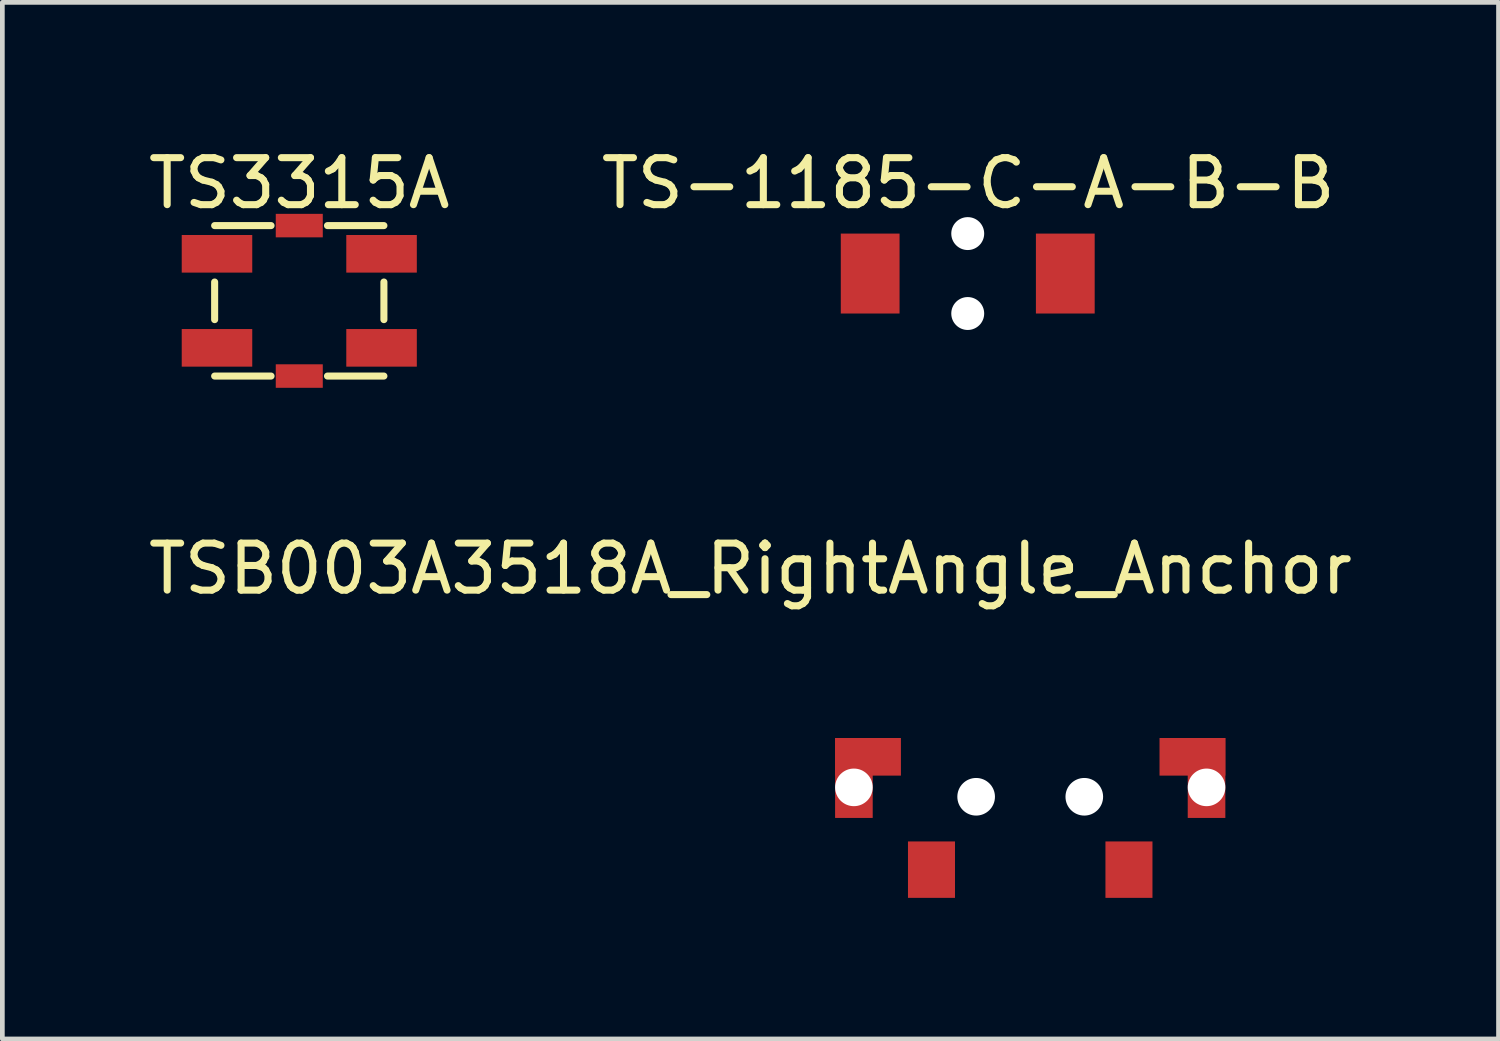
<source format=kicad_pcb>
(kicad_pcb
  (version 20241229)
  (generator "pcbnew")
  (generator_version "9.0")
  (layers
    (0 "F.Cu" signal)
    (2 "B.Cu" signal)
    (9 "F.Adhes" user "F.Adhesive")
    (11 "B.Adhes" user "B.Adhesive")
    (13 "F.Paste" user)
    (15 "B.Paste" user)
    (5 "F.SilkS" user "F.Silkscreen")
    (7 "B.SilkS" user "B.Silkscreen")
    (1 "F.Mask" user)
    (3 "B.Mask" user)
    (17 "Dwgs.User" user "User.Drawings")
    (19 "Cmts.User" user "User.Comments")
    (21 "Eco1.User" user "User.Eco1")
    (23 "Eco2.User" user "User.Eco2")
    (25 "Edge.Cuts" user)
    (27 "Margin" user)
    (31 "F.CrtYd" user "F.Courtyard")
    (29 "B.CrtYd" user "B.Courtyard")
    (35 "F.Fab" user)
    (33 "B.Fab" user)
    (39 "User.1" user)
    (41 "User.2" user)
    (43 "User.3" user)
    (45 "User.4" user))
  (footprint "TSB003A3518A_RightAngle_Anchor"
    (layer "F.Cu")
    (at 14.711 12.646)
    (property "Reference" "TSB003A3518A_RightAngle_Anchor" (at -1.8 -3.6 0) (unlocked yes) (layer "F.SilkS") (effects (font (size 1 1) (thickness 0.15))))
    (attr smd)
    (pad "" smd rect (at 0.4 0.85) (size 0.8 1.7) (layers "F.Cu" "F.Mask" "F.Paste"))
    (pad "" np_thru_hole circle (at 0.4 1.05) (size 0.8 0.8) (drill 0.8) (layers "*.Cu" "*.Mask"))
    (pad "" smd rect (at 0.7 0.4) (size 1.4 0.8) (layers "F.Cu" "F.Mask" "F.Paste"))
    (pad "" np_thru_hole circle (at 3 1.25) (size 0.8 0.8) (drill 0.8) (layers "*.Cu" "*.Mask"))
    (pad "" np_thru_hole circle (at 5.3 1.25) (size 0.8 0.8) (drill 0.8) (layers "*.Cu" "*.Mask"))
    (pad "" smd rect (at 7.6 0.4) (size 1.4 0.8) (layers "F.Cu" "F.Mask" "F.Paste"))
    (pad "" smd rect (at 7.9 0.85) (size 0.8 1.7) (layers "F.Cu" "F.Mask" "F.Paste"))
    (pad "" np_thru_hole circle (at 7.9 1.05) (size 0.8 0.8) (drill 0.8) (layers "*.Cu" "*.Mask"))
    (pad "1" smd rect (at 2.05 2.8) (size 1 1.2) (layers "F.Cu" "F.Mask" "F.Paste"))
    (pad "2" smd rect (at 6.25 2.8) (size 1 1.2) (layers "F.Cu" "F.Mask" "F.Paste")))
  (footprint "TS-1185-C-A-B-B"
    (layer "F.Cu")
    (at 17.532 2.768)
    (property "Reference" "TS-1185-C-A-B-B" (at 0.01 -1.92 0) (unlocked yes) (layer "F.SilkS") (effects (font (size 1 1) (thickness 0.15))))
    (attr smd)
    (pad "" np_thru_hole circle (at 0 -0.85) (size 0.7 0.7) (drill 0.7) (layers "*.Cu" "*.Mask"))
    (pad "" np_thru_hole circle (at 0 0.85) (size 0.7 0.7) (drill 0.7) (layers "*.Cu" "*.Mask"))
    (pad "1" smd rect (at -2.075 0) (size 1.25 1.7) (layers "F.Cu" "F.Mask" "F.Paste"))
    (pad "2" smd rect (at 2.075 0) (size 1.25 1.7) (layers "F.Cu" "F.Mask" "F.Paste")))
  (footprint "TS3315A"
    (layer "F.Cu")
    (at 3.315 3.348)
    (property "Reference" "TS3315A" (at 0 -2.5 0) (unlocked yes) (layer "F.SilkS") (effects (font (size 1 1) (thickness 0.15))))
    (attr smd)
    (fp_line (start -1.8 -1.6) (end -0.6 -1.6) (stroke (width 0.15) (type default)) (layer "F.SilkS"))
    (fp_line (start -1.8 0.4) (end -1.8 -0.4) (stroke (width 0.15) (type default)) (layer "F.SilkS"))
    (fp_line (start -0.6 1.6) (end -1.8 1.6) (stroke (width 0.15) (type default)) (layer "F.SilkS"))
    (fp_line (start 0.6 -1.6) (end 1.8 -1.6) (stroke (width 0.15) (type default)) (layer "F.SilkS"))
    (fp_line (start 1.8 -0.4) (end 1.8 0.4) (stroke (width 0.15) (type default)) (layer "F.SilkS"))
    (fp_line (start 1.8 1.6) (end 0.6 1.6) (stroke (width 0.15) (type default)) (layer "F.SilkS"))
    (pad "" smd rect (at 0 -1.6) (size 1 0.5) (layers "F.Cu" "F.Mask" "F.Paste"))
    (pad "" smd rect (at 0 1.6) (size 1 0.5) (layers "F.Cu" "F.Mask" "F.Paste"))
    (pad "1" smd rect (at -1.75 -1) (size 1.5 0.8) (layers "F.Cu" "F.Mask" "F.Paste"))
    (pad "1" smd rect (at 1.75 -1) (size 1.5 0.8) (layers "F.Cu" "F.Mask" "F.Paste"))
    (pad "2" smd rect (at -1.75 1) (size 1.5 0.8) (layers "F.Cu" "F.Mask" "F.Paste"))
    (pad "2" smd rect (at 1.75 1) (size 1.5 0.8) (layers "F.Cu" "F.Mask" "F.Paste")))
  (gr_rect
    (start -3 -3)
    (end 28.821 19.047)
    (stroke (width 0.1) (type default))
    (fill no)
    (layer "Edge.Cuts")))
</source>
